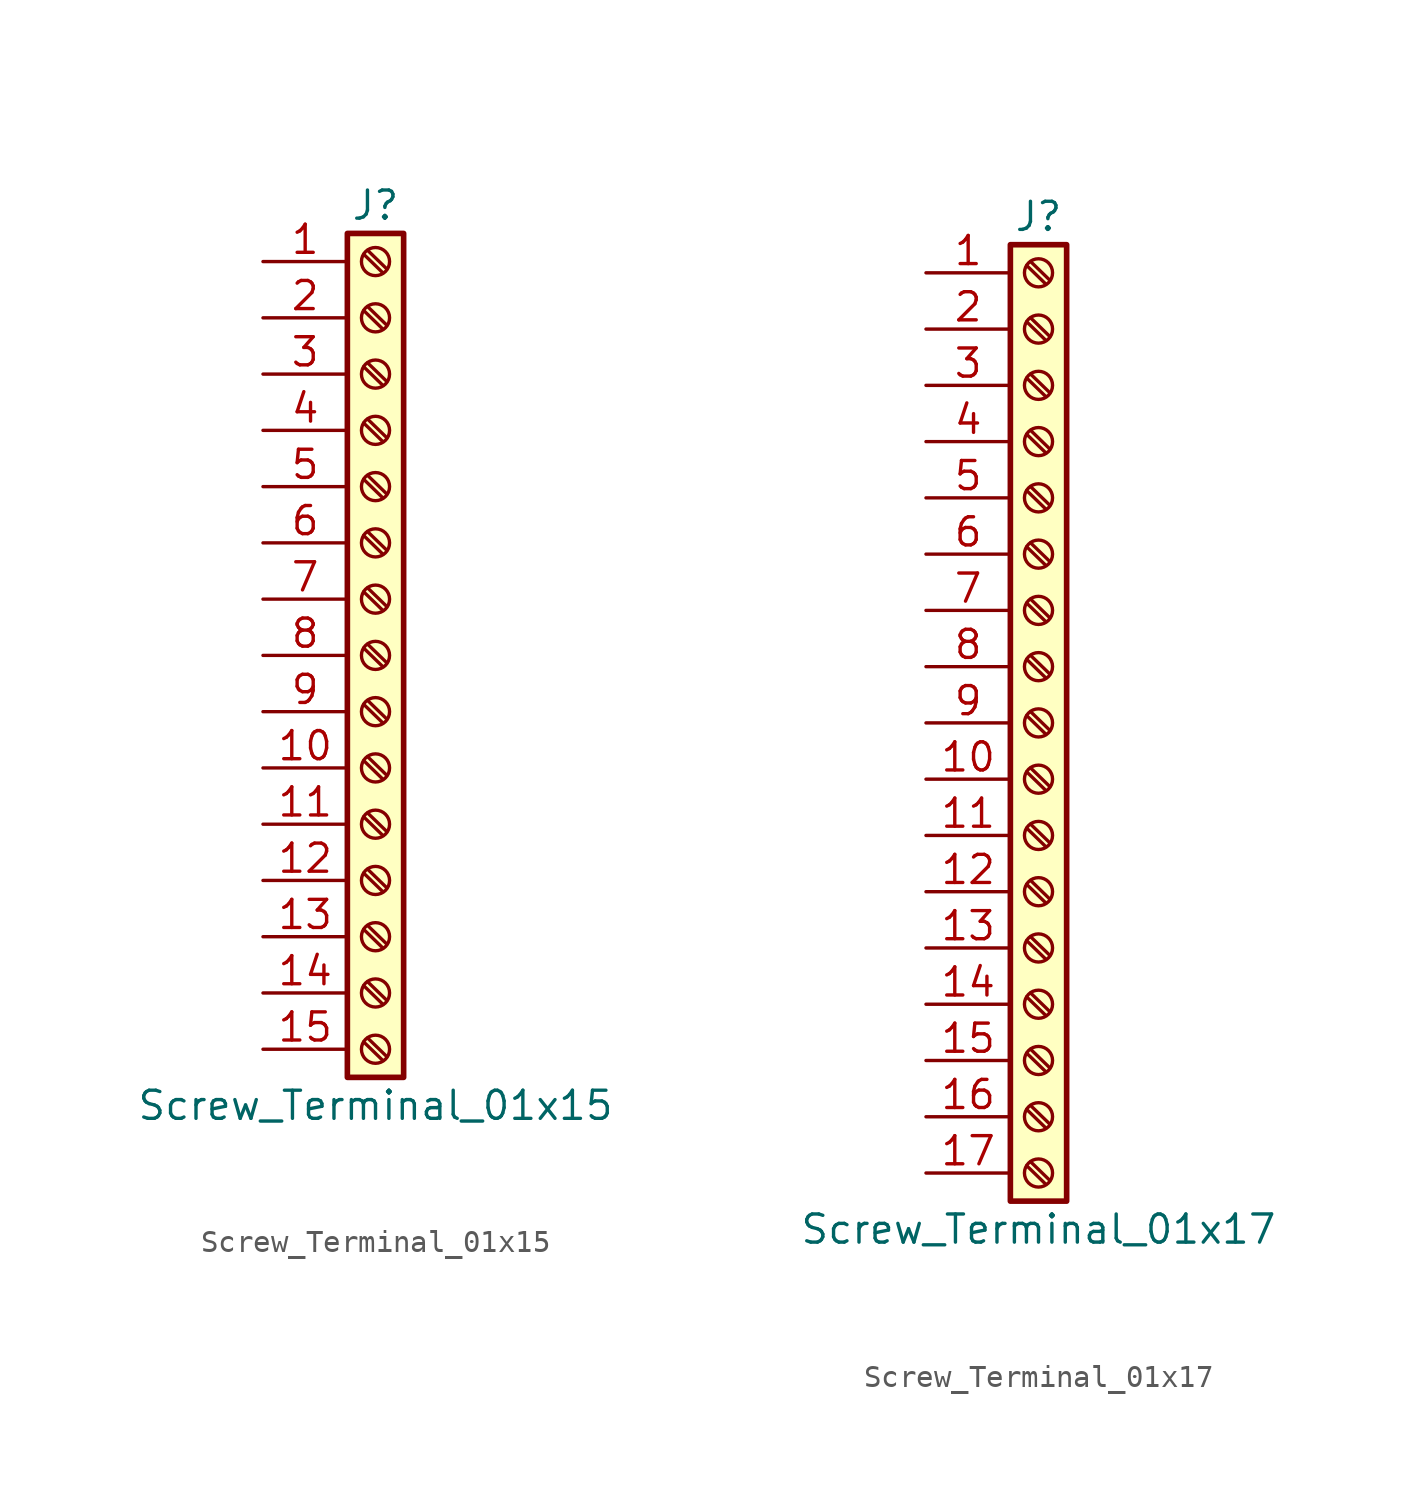
<source format=kicad_sym>
(kicad_symbol_lib
  (version 20201005)
  (generator kicad_symbol_editor)
  (symbol "Screw_Terminal_01x15"
    (pin_names
      (offset 1.016) hide)
    (property "Reference" "J"
      (at 0 20.32 0)
      (effects (font (size 1.27 1.27))))
    (property "Value" "Screw_Terminal_01x15"
      (at 0 -20.32 0)
      (effects (font (size 1.27 1.27))))
    (symbol "Screw_Terminal_01x15_1_1"
      (circle (center 0 -17.78) (radius 0.635) (stroke (width 0.152)) (fill (type none)))
      (circle (center 0 -15.24) (radius 0.635) (stroke (width 0.152)) (fill (type none)))
      (circle (center 0 -12.7) (radius 0.635) (stroke (width 0.152)) (fill (type none)))
      (circle (center 0 -10.16) (radius 0.635) (stroke (width 0.152)) (fill (type none)))
      (circle (center 0 -7.62) (radius 0.635) (stroke (width 0.152)) (fill (type none)))
      (circle (center 0 -5.08) (radius 0.635) (stroke (width 0.152)) (fill (type none)))
      (circle (center 0 -2.54) (radius 0.635) (stroke (width 0.152)) (fill (type none)))
      (circle (center 0 0) (radius 0.635) (stroke (width 0.152)) (fill (type none)))
      (circle (center 0 2.54) (radius 0.635) (stroke (width 0.152)) (fill (type none)))
      (circle (center 0 5.08) (radius 0.635) (stroke (width 0.152)) (fill (type none)))
      (circle (center 0 7.62) (radius 0.635) (stroke (width 0.152)) (fill (type none)))
      (circle (center 0 10.16) (radius 0.635) (stroke (width 0.152)) (fill (type none)))
      (circle (center 0 12.7) (radius 0.635) (stroke (width 0.152)) (fill (type none)))
      (circle (center 0 15.24) (radius 0.635) (stroke (width 0.152)) (fill (type none)))
      (circle (center 0 17.78) (radius 0.635) (stroke (width 0.152)) (fill (type none)))
      (rectangle (start -1.27 19.05) (end 1.27 -19.05) (stroke (width 0.254)) (fill (type background)))
      (polyline (pts (xy -0.533 -17.45) (xy 0.33 -18.288)) (stroke (width 0.152)) (fill (type none)))
      (polyline (pts (xy -0.533 -14.91) (xy 0.33 -15.748)) (stroke (width 0.152)) (fill (type none)))
      (polyline (pts (xy -0.533 -12.37) (xy 0.33 -13.208)) (stroke (width 0.152)) (fill (type none)))
      (polyline (pts (xy -0.533 -9.83) (xy 0.33 -10.668)) (stroke (width 0.152)) (fill (type none)))
      (polyline (pts (xy -0.533 -7.29) (xy 0.33 -8.128)) (stroke (width 0.152)) (fill (type none)))
      (polyline (pts (xy -0.533 -4.75) (xy 0.33 -5.588)) (stroke (width 0.152)) (fill (type none)))
      (polyline (pts (xy -0.533 -2.21) (xy 0.33 -3.048)) (stroke (width 0.152)) (fill (type none)))
      (polyline (pts (xy -0.533 0.33) (xy 0.33 -0.508)) (stroke (width 0.152)) (fill (type none)))
      (polyline (pts (xy -0.533 2.87) (xy 0.33 2.032)) (stroke (width 0.152)) (fill (type none)))
      (polyline (pts (xy -0.533 5.41) (xy 0.33 4.572)) (stroke (width 0.152)) (fill (type none)))
      (polyline (pts (xy -0.533 7.95) (xy 0.33 7.112)) (stroke (width 0.152)) (fill (type none)))
      (polyline (pts (xy -0.533 10.49) (xy 0.33 9.652)) (stroke (width 0.152)) (fill (type none)))
      (polyline (pts (xy -0.533 13.03) (xy 0.33 12.192)) (stroke (width 0.152)) (fill (type none)))
      (polyline (pts (xy -0.533 15.57) (xy 0.33 14.732)) (stroke (width 0.152)) (fill (type none)))
      (polyline (pts (xy -0.533 18.11) (xy 0.33 17.272)) (stroke (width 0.152)) (fill (type none)))
      (polyline (pts (xy -0.356 -17.272) (xy 0.508 -18.11)) (stroke (width 0.152)) (fill (type none)))
      (polyline (pts (xy -0.356 -14.732) (xy 0.508 -15.57)) (stroke (width 0.152)) (fill (type none)))
      (polyline (pts (xy -0.356 -12.192) (xy 0.508 -13.03)) (stroke (width 0.152)) (fill (type none)))
      (polyline (pts (xy -0.356 -9.652) (xy 0.508 -10.49)) (stroke (width 0.152)) (fill (type none)))
      (polyline (pts (xy -0.356 -7.112) (xy 0.508 -7.95)) (stroke (width 0.152)) (fill (type none)))
      (polyline (pts (xy -0.356 -4.572) (xy 0.508 -5.41)) (stroke (width 0.152)) (fill (type none)))
      (polyline (pts (xy -0.356 -2.032) (xy 0.508 -2.87)) (stroke (width 0.152)) (fill (type none)))
      (polyline (pts (xy -0.356 0.508) (xy 0.508 -0.33)) (stroke (width 0.152)) (fill (type none)))
      (polyline (pts (xy -0.356 3.048) (xy 0.508 2.21)) (stroke (width 0.152)) (fill (type none)))
      (polyline (pts (xy -0.356 5.588) (xy 0.508 4.75)) (stroke (width 0.152)) (fill (type none)))
      (polyline (pts (xy -0.356 8.128) (xy 0.508 7.29)) (stroke (width 0.152)) (fill (type none)))
      (polyline (pts (xy -0.356 10.668) (xy 0.508 9.83)) (stroke (width 0.152)) (fill (type none)))
      (polyline (pts (xy -0.356 13.208) (xy 0.508 12.37)) (stroke (width 0.152)) (fill (type none)))
      (polyline (pts (xy -0.356 15.748) (xy 0.508 14.91)) (stroke (width 0.152)) (fill (type none)))
      (polyline (pts (xy -0.356 18.288) (xy 0.508 17.45)) (stroke (width 0.152)) (fill (type none)))
      (pin passive line (at -5.08 17.78 0) (length 3.81) (name "Pin_1" (effects (font (size 1.27 1.27)))) (number "1" (effects (font (size 1.27 1.27)))))
      (pin passive line (at -5.08 -5.08 0) (length 3.81) (name "Pin_10" (effects (font (size 1.27 1.27)))) (number "10" (effects (font (size 1.27 1.27)))))
      (pin passive line (at -5.08 -7.62 0) (length 3.81) (name "Pin_11" (effects (font (size 1.27 1.27)))) (number "11" (effects (font (size 1.27 1.27)))))
      (pin passive line (at -5.08 -10.16 0) (length 3.81) (name "Pin_12" (effects (font (size 1.27 1.27)))) (number "12" (effects (font (size 1.27 1.27)))))
      (pin passive line (at -5.08 -12.7 0) (length 3.81) (name "Pin_13" (effects (font (size 1.27 1.27)))) (number "13" (effects (font (size 1.27 1.27)))))
      (pin passive line (at -5.08 -15.24 0) (length 3.81) (name "Pin_14" (effects (font (size 1.27 1.27)))) (number "14" (effects (font (size 1.27 1.27)))))
      (pin passive line (at -5.08 -17.78 0) (length 3.81) (name "Pin_15" (effects (font (size 1.27 1.27)))) (number "15" (effects (font (size 1.27 1.27)))))
      (pin passive line (at -5.08 15.24 0) (length 3.81) (name "Pin_2" (effects (font (size 1.27 1.27)))) (number "2" (effects (font (size 1.27 1.27)))))
      (pin passive line (at -5.08 12.7 0) (length 3.81) (name "Pin_3" (effects (font (size 1.27 1.27)))) (number "3" (effects (font (size 1.27 1.27)))))
      (pin passive line (at -5.08 10.16 0) (length 3.81) (name "Pin_4" (effects (font (size 1.27 1.27)))) (number "4" (effects (font (size 1.27 1.27)))))
      (pin passive line (at -5.08 7.62 0) (length 3.81) (name "Pin_5" (effects (font (size 1.27 1.27)))) (number "5" (effects (font (size 1.27 1.27)))))
      (pin passive line (at -5.08 5.08 0) (length 3.81) (name "Pin_6" (effects (font (size 1.27 1.27)))) (number "6" (effects (font (size 1.27 1.27)))))
      (pin passive line (at -5.08 2.54 0) (length 3.81) (name "Pin_7" (effects (font (size 1.27 1.27)))) (number "7" (effects (font (size 1.27 1.27)))))
      (pin passive line (at -5.08 0 0) (length 3.81) (name "Pin_8" (effects (font (size 1.27 1.27)))) (number "8" (effects (font (size 1.27 1.27)))))
      (pin passive line (at -5.08 -2.54 0) (length 3.81) (name "Pin_9" (effects (font (size 1.27 1.27)))) (number "9" (effects (font (size 1.27 1.27)))))))
  (symbol "Screw_Terminal_01x17"
    (pin_names
      (offset 1.016) hide)
    (property "Reference" "J"
      (at 0 22.86 0)
      (effects (font (size 1.27 1.27))))
    (property "Value" "Screw_Terminal_01x17"
      (at 0 -22.86 0)
      (effects (font (size 1.27 1.27))))
    (symbol "Screw_Terminal_01x17_1_1"
      (circle (center 0 -20.32) (radius 0.635) (stroke (width 0.152)) (fill (type none)))
      (circle (center 0 -17.78) (radius 0.635) (stroke (width 0.152)) (fill (type none)))
      (circle (center 0 -15.24) (radius 0.635) (stroke (width 0.152)) (fill (type none)))
      (circle (center 0 -12.7) (radius 0.635) (stroke (width 0.152)) (fill (type none)))
      (circle (center 0 -10.16) (radius 0.635) (stroke (width 0.152)) (fill (type none)))
      (circle (center 0 -7.62) (radius 0.635) (stroke (width 0.152)) (fill (type none)))
      (circle (center 0 -5.08) (radius 0.635) (stroke (width 0.152)) (fill (type none)))
      (circle (center 0 -2.54) (radius 0.635) (stroke (width 0.152)) (fill (type none)))
      (circle (center 0 0) (radius 0.635) (stroke (width 0.152)) (fill (type none)))
      (circle (center 0 2.54) (radius 0.635) (stroke (width 0.152)) (fill (type none)))
      (circle (center 0 5.08) (radius 0.635) (stroke (width 0.152)) (fill (type none)))
      (circle (center 0 7.62) (radius 0.635) (stroke (width 0.152)) (fill (type none)))
      (circle (center 0 10.16) (radius 0.635) (stroke (width 0.152)) (fill (type none)))
      (circle (center 0 12.7) (radius 0.635) (stroke (width 0.152)) (fill (type none)))
      (circle (center 0 15.24) (radius 0.635) (stroke (width 0.152)) (fill (type none)))
      (circle (center 0 17.78) (radius 0.635) (stroke (width 0.152)) (fill (type none)))
      (circle (center 0 20.32) (radius 0.635) (stroke (width 0.152)) (fill (type none)))
      (rectangle (start -1.27 21.59) (end 1.27 -21.59) (stroke (width 0.254)) (fill (type background)))
      (polyline (pts (xy -0.533 -19.99) (xy 0.33 -20.828)) (stroke (width 0.152)) (fill (type none)))
      (polyline (pts (xy -0.533 -17.45) (xy 0.33 -18.288)) (stroke (width 0.152)) (fill (type none)))
      (polyline (pts (xy -0.533 -14.91) (xy 0.33 -15.748)) (stroke (width 0.152)) (fill (type none)))
      (polyline (pts (xy -0.533 -12.37) (xy 0.33 -13.208)) (stroke (width 0.152)) (fill (type none)))
      (polyline (pts (xy -0.533 -9.83) (xy 0.33 -10.668)) (stroke (width 0.152)) (fill (type none)))
      (polyline (pts (xy -0.533 -7.29) (xy 0.33 -8.128)) (stroke (width 0.152)) (fill (type none)))
      (polyline (pts (xy -0.533 -4.75) (xy 0.33 -5.588)) (stroke (width 0.152)) (fill (type none)))
      (polyline (pts (xy -0.533 -2.21) (xy 0.33 -3.048)) (stroke (width 0.152)) (fill (type none)))
      (polyline (pts (xy -0.533 0.33) (xy 0.33 -0.508)) (stroke (width 0.152)) (fill (type none)))
      (polyline (pts (xy -0.533 2.87) (xy 0.33 2.032)) (stroke (width 0.152)) (fill (type none)))
      (polyline (pts (xy -0.533 5.41) (xy 0.33 4.572)) (stroke (width 0.152)) (fill (type none)))
      (polyline (pts (xy -0.533 7.95) (xy 0.33 7.112)) (stroke (width 0.152)) (fill (type none)))
      (polyline (pts (xy -0.533 10.49) (xy 0.33 9.652)) (stroke (width 0.152)) (fill (type none)))
      (polyline (pts (xy -0.533 13.03) (xy 0.33 12.192)) (stroke (width 0.152)) (fill (type none)))
      (polyline (pts (xy -0.533 15.57) (xy 0.33 14.732)) (stroke (width 0.152)) (fill (type none)))
      (polyline (pts (xy -0.533 18.11) (xy 0.33 17.272)) (stroke (width 0.152)) (fill (type none)))
      (polyline (pts (xy -0.533 20.65) (xy 0.33 19.812)) (stroke (width 0.152)) (fill (type none)))
      (polyline (pts (xy -0.356 -19.812) (xy 0.508 -20.65)) (stroke (width 0.152)) (fill (type none)))
      (polyline (pts (xy -0.356 -17.272) (xy 0.508 -18.11)) (stroke (width 0.152)) (fill (type none)))
      (polyline (pts (xy -0.356 -14.732) (xy 0.508 -15.57)) (stroke (width 0.152)) (fill (type none)))
      (polyline (pts (xy -0.356 -12.192) (xy 0.508 -13.03)) (stroke (width 0.152)) (fill (type none)))
      (polyline (pts (xy -0.356 -9.652) (xy 0.508 -10.49)) (stroke (width 0.152)) (fill (type none)))
      (polyline (pts (xy -0.356 -7.112) (xy 0.508 -7.95)) (stroke (width 0.152)) (fill (type none)))
      (polyline (pts (xy -0.356 -4.572) (xy 0.508 -5.41)) (stroke (width 0.152)) (fill (type none)))
      (polyline (pts (xy -0.356 -2.032) (xy 0.508 -2.87)) (stroke (width 0.152)) (fill (type none)))
      (polyline (pts (xy -0.356 0.508) (xy 0.508 -0.33)) (stroke (width 0.152)) (fill (type none)))
      (polyline (pts (xy -0.356 3.048) (xy 0.508 2.21)) (stroke (width 0.152)) (fill (type none)))
      (polyline (pts (xy -0.356 5.588) (xy 0.508 4.75)) (stroke (width 0.152)) (fill (type none)))
      (polyline (pts (xy -0.356 8.128) (xy 0.508 7.29)) (stroke (width 0.152)) (fill (type none)))
      (polyline (pts (xy -0.356 10.668) (xy 0.508 9.83)) (stroke (width 0.152)) (fill (type none)))
      (polyline (pts (xy -0.356 13.208) (xy 0.508 12.37)) (stroke (width 0.152)) (fill (type none)))
      (polyline (pts (xy -0.356 15.748) (xy 0.508 14.91)) (stroke (width 0.152)) (fill (type none)))
      (polyline (pts (xy -0.356 18.288) (xy 0.508 17.45)) (stroke (width 0.152)) (fill (type none)))
      (polyline (pts (xy -0.356 20.828) (xy 0.508 19.99)) (stroke (width 0.152)) (fill (type none)))
      (pin passive line (at -5.08 20.32 0) (length 3.81) (name "Pin_1" (effects (font (size 1.27 1.27)))) (number "1" (effects (font (size 1.27 1.27)))))
      (pin passive line (at -5.08 -2.54 0) (length 3.81) (name "Pin_10" (effects (font (size 1.27 1.27)))) (number "10" (effects (font (size 1.27 1.27)))))
      (pin passive line (at -5.08 -5.08 0) (length 3.81) (name "Pin_11" (effects (font (size 1.27 1.27)))) (number "11" (effects (font (size 1.27 1.27)))))
      (pin passive line (at -5.08 -7.62 0) (length 3.81) (name "Pin_12" (effects (font (size 1.27 1.27)))) (number "12" (effects (font (size 1.27 1.27)))))
      (pin passive line (at -5.08 -10.16 0) (length 3.81) (name "Pin_13" (effects (font (size 1.27 1.27)))) (number "13" (effects (font (size 1.27 1.27)))))
      (pin passive line (at -5.08 -12.7 0) (length 3.81) (name "Pin_14" (effects (font (size 1.27 1.27)))) (number "14" (effects (font (size 1.27 1.27)))))
      (pin passive line (at -5.08 -15.24 0) (length 3.81) (name "Pin_15" (effects (font (size 1.27 1.27)))) (number "15" (effects (font (size 1.27 1.27)))))
      (pin passive line (at -5.08 -17.78 0) (length 3.81) (name "Pin_16" (effects (font (size 1.27 1.27)))) (number "16" (effects (font (size 1.27 1.27)))))
      (pin passive line (at -5.08 -20.32 0) (length 3.81) (name "Pin_17" (effects (font (size 1.27 1.27)))) (number "17" (effects (font (size 1.27 1.27)))))
      (pin passive line (at -5.08 17.78 0) (length 3.81) (name "Pin_2" (effects (font (size 1.27 1.27)))) (number "2" (effects (font (size 1.27 1.27)))))
      (pin passive line (at -5.08 15.24 0) (length 3.81) (name "Pin_3" (effects (font (size 1.27 1.27)))) (number "3" (effects (font (size 1.27 1.27)))))
      (pin passive line (at -5.08 12.7 0) (length 3.81) (name "Pin_4" (effects (font (size 1.27 1.27)))) (number "4" (effects (font (size 1.27 1.27)))))
      (pin passive line (at -5.08 10.16 0) (length 3.81) (name "Pin_5" (effects (font (size 1.27 1.27)))) (number "5" (effects (font (size 1.27 1.27)))))
      (pin passive line (at -5.08 7.62 0) (length 3.81) (name "Pin_6" (effects (font (size 1.27 1.27)))) (number "6" (effects (font (size 1.27 1.27)))))
      (pin passive line (at -5.08 5.08 0) (length 3.81) (name "Pin_7" (effects (font (size 1.27 1.27)))) (number "7" (effects (font (size 1.27 1.27)))))
      (pin passive line (at -5.08 2.54 0) (length 3.81) (name "Pin_8" (effects (font (size 1.27 1.27)))) (number "8" (effects (font (size 1.27 1.27)))))
      (pin passive line (at -5.08 0 0) (length 3.81) (name "Pin_9" (effects (font (size 1.27 1.27)))) (number "9" (effects (font (size 1.27 1.27))))))))
</source>
